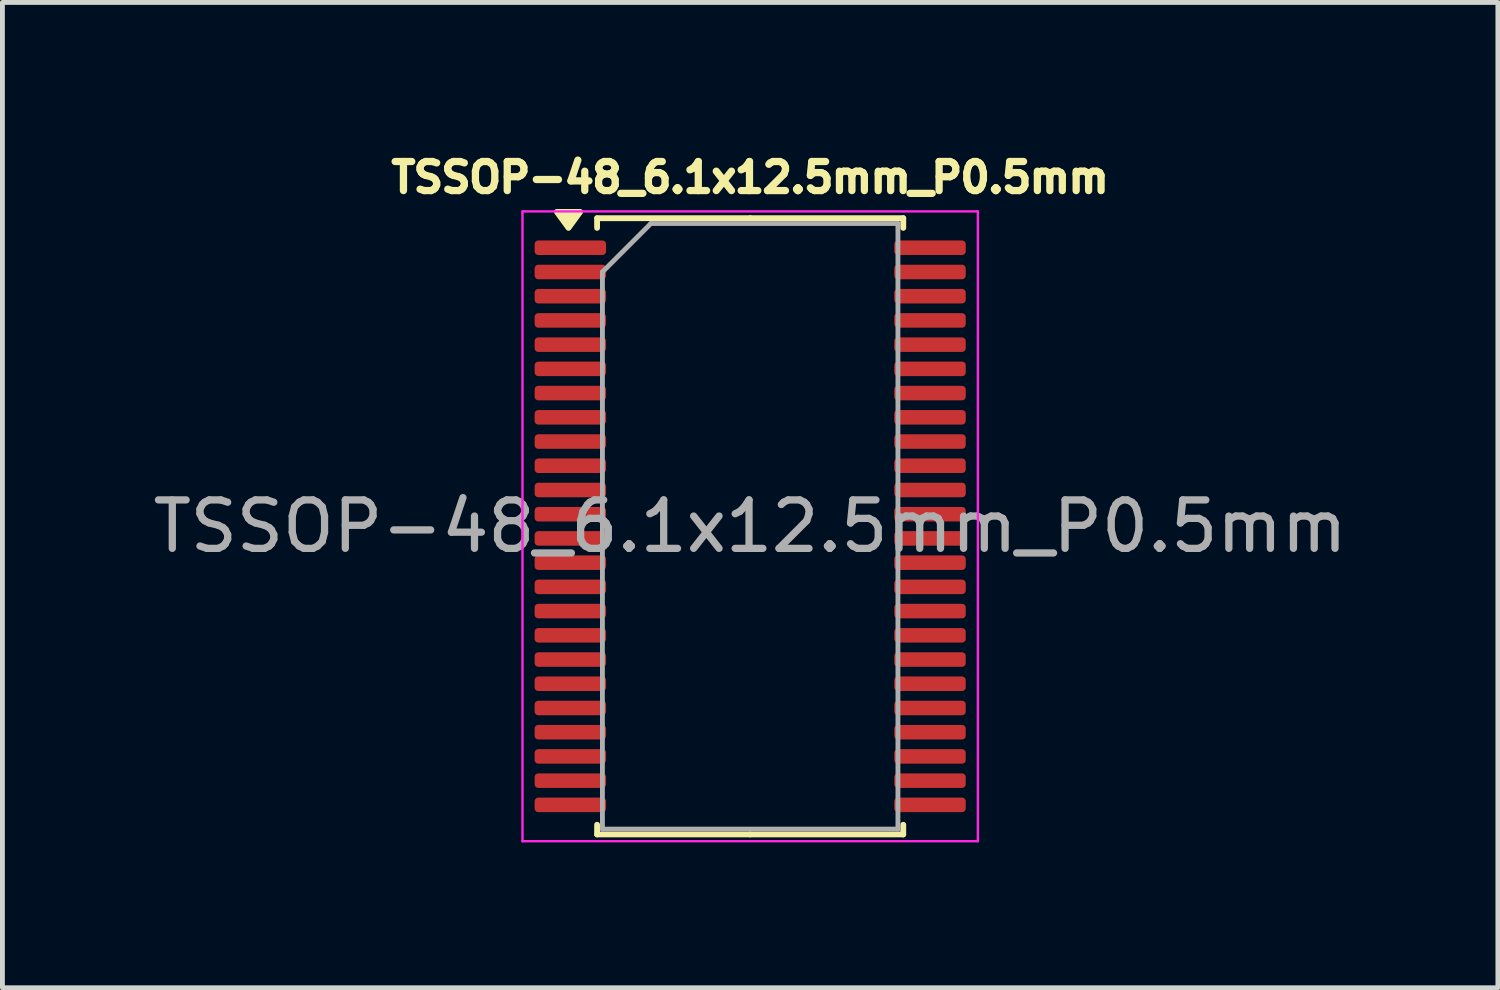
<source format=kicad_pcb>
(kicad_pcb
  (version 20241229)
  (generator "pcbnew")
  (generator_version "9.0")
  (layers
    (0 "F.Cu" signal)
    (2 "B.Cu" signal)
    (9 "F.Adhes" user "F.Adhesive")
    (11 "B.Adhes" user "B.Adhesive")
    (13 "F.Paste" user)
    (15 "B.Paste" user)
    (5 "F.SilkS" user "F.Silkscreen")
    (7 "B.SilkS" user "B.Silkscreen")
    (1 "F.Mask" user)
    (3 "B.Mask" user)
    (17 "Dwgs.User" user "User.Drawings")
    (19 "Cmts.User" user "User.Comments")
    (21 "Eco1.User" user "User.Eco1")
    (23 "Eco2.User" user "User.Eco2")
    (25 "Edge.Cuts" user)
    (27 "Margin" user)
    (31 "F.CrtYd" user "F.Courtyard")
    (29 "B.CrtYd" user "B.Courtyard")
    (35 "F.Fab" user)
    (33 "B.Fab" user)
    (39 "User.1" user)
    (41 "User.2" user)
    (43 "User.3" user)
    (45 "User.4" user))
  (footprint "TSSOP-48_6.1x12.5mm_P0.5mm"
    (layer "F.Cu")
    (at 12.435 7.814)
    (property "Reference" "TSSOP-48_6.1x12.5mm_P0.5mm" (at 0 -7.2 180) (layer "F.SilkS") (effects (font (size 0.6 0.6) (thickness 0.15))))
    (attr smd)
    (fp_line (start -3.16 -6.36) (end -3.16 -6.16) (stroke (width 0.12) (type solid)) (layer "F.SilkS"))
    (fp_line (start -3.16 6.36) (end -3.16 6.16) (stroke (width 0.12) (type solid)) (layer "F.SilkS"))
    (fp_line (start 0 -6.36) (end -3.16 -6.36) (stroke (width 0.12) (type solid)) (layer "F.SilkS"))
    (fp_line (start 0 -6.36) (end 3.16 -6.36) (stroke (width 0.12) (type solid)) (layer "F.SilkS"))
    (fp_line (start 0 6.36) (end -3.16 6.36) (stroke (width 0.12) (type solid)) (layer "F.SilkS"))
    (fp_line (start 0 6.36) (end 3.16 6.36) (stroke (width 0.12) (type solid)) (layer "F.SilkS"))
    (fp_line (start 3.16 -6.36) (end 3.16 -6.16) (stroke (width 0.12) (type solid)) (layer "F.SilkS"))
    (fp_line (start 3.16 6.36) (end 3.16 6.16) (stroke (width 0.12) (type solid)) (layer "F.SilkS"))
    (fp_poly (pts (xy -3.75 -6.16) (xy -3.99 -6.49) (xy -3.51 -6.49) (xy -3.75 -6.16)) (stroke (width 0.12) (type solid)) (fill yes) (layer "F.SilkS"))
    (fp_line (start -4.7 -6.5) (end -4.7 6.5) (stroke (width 0.05) (type solid)) (layer "F.CrtYd"))
    (fp_line (start -4.7 6.5) (end 4.7 6.5) (stroke (width 0.05) (type solid)) (layer "F.CrtYd"))
    (fp_line (start 4.7 -6.5) (end -4.7 -6.5) (stroke (width 0.05) (type solid)) (layer "F.CrtYd"))
    (fp_line (start 4.7 6.5) (end 4.7 -6.5) (stroke (width 0.05) (type solid)) (layer "F.CrtYd"))
    (fp_line (start -3.05 -5.25) (end -2.05 -6.25) (stroke (width 0.1) (type solid)) (layer "F.Fab"))
    (fp_line (start -3.05 6.25) (end -3.05 -5.25) (stroke (width 0.1) (type solid)) (layer "F.Fab"))
    (fp_line (start -2.05 -6.25) (end 3.05 -6.25) (stroke (width 0.1) (type solid)) (layer "F.Fab"))
    (fp_line (start 3.05 -6.25) (end 3.05 6.25) (stroke (width 0.1) (type solid)) (layer "F.Fab"))
    (fp_line (start 3.05 6.25) (end -3.05 6.25) (stroke (width 0.1) (type solid)) (layer "F.Fab"))
    (fp_text user "${REFERENCE}" (at 0 0 180) (layer "F.Fab") (effects (font (size 1 1) (thickness 0.15))))
    (pad "1" smd roundrect (at -3.712 -5.75) (size 1.475 0.3) (layers "F.Cu" "F.Mask" "F.Paste") (roundrect_rratio 0.25))
    (pad "2" smd roundrect (at -3.712 -5.25) (size 1.475 0.3) (layers "F.Cu" "F.Mask" "F.Paste") (roundrect_rratio 0.25))
    (pad "3" smd roundrect (at -3.712 -4.75) (size 1.475 0.3) (layers "F.Cu" "F.Mask" "F.Paste") (roundrect_rratio 0.25))
    (pad "4" smd roundrect (at -3.712 -4.25) (size 1.475 0.3) (layers "F.Cu" "F.Mask" "F.Paste") (roundrect_rratio 0.25))
    (pad "5" smd roundrect (at -3.712 -3.75) (size 1.475 0.3) (layers "F.Cu" "F.Mask" "F.Paste") (roundrect_rratio 0.25))
    (pad "6" smd roundrect (at -3.712 -3.25) (size 1.475 0.3) (layers "F.Cu" "F.Mask" "F.Paste") (roundrect_rratio 0.25))
    (pad "7" smd roundrect (at -3.712 -2.75) (size 1.475 0.3) (layers "F.Cu" "F.Mask" "F.Paste") (roundrect_rratio 0.25))
    (pad "8" smd roundrect (at -3.712 -2.25) (size 1.475 0.3) (layers "F.Cu" "F.Mask" "F.Paste") (roundrect_rratio 0.25))
    (pad "9" smd roundrect (at -3.712 -1.75) (size 1.475 0.3) (layers "F.Cu" "F.Mask" "F.Paste") (roundrect_rratio 0.25))
    (pad "10" smd roundrect (at -3.712 -1.25) (size 1.475 0.3) (layers "F.Cu" "F.Mask" "F.Paste") (roundrect_rratio 0.25))
    (pad "11" smd roundrect (at -3.712 -0.75) (size 1.475 0.3) (layers "F.Cu" "F.Mask" "F.Paste") (roundrect_rratio 0.25))
    (pad "12" smd roundrect (at -3.712 -0.25) (size 1.475 0.3) (layers "F.Cu" "F.Mask" "F.Paste") (roundrect_rratio 0.25))
    (pad "13" smd roundrect (at -3.712 0.25) (size 1.475 0.3) (layers "F.Cu" "F.Mask" "F.Paste") (roundrect_rratio 0.25))
    (pad "14" smd roundrect (at -3.712 0.75) (size 1.475 0.3) (layers "F.Cu" "F.Mask" "F.Paste") (roundrect_rratio 0.25))
    (pad "15" smd roundrect (at -3.712 1.25) (size 1.475 0.3) (layers "F.Cu" "F.Mask" "F.Paste") (roundrect_rratio 0.25))
    (pad "16" smd roundrect (at -3.712 1.75) (size 1.475 0.3) (layers "F.Cu" "F.Mask" "F.Paste") (roundrect_rratio 0.25))
    (pad "17" smd roundrect (at -3.712 2.25) (size 1.475 0.3) (layers "F.Cu" "F.Mask" "F.Paste") (roundrect_rratio 0.25))
    (pad "18" smd roundrect (at -3.712 2.75) (size 1.475 0.3) (layers "F.Cu" "F.Mask" "F.Paste") (roundrect_rratio 0.25))
    (pad "19" smd roundrect (at -3.712 3.25) (size 1.475 0.3) (layers "F.Cu" "F.Mask" "F.Paste") (roundrect_rratio 0.25))
    (pad "20" smd roundrect (at -3.712 3.75) (size 1.475 0.3) (layers "F.Cu" "F.Mask" "F.Paste") (roundrect_rratio 0.25))
    (pad "21" smd roundrect (at -3.712 4.25) (size 1.475 0.3) (layers "F.Cu" "F.Mask" "F.Paste") (roundrect_rratio 0.25))
    (pad "22" smd roundrect (at -3.712 4.75) (size 1.475 0.3) (layers "F.Cu" "F.Mask" "F.Paste") (roundrect_rratio 0.25))
    (pad "23" smd roundrect (at -3.712 5.25) (size 1.475 0.3) (layers "F.Cu" "F.Mask" "F.Paste") (roundrect_rratio 0.25))
    (pad "24" smd roundrect (at -3.712 5.75) (size 1.475 0.3) (layers "F.Cu" "F.Mask" "F.Paste") (roundrect_rratio 0.25))
    (pad "25" smd roundrect (at 3.712 5.75) (size 1.475 0.3) (layers "F.Cu" "F.Mask" "F.Paste") (roundrect_rratio 0.25))
    (pad "26" smd roundrect (at 3.712 5.25) (size 1.475 0.3) (layers "F.Cu" "F.Mask" "F.Paste") (roundrect_rratio 0.25))
    (pad "27" smd roundrect (at 3.712 4.75) (size 1.475 0.3) (layers "F.Cu" "F.Mask" "F.Paste") (roundrect_rratio 0.25))
    (pad "28" smd roundrect (at 3.712 4.25) (size 1.475 0.3) (layers "F.Cu" "F.Mask" "F.Paste") (roundrect_rratio 0.25))
    (pad "29" smd roundrect (at 3.712 3.75) (size 1.475 0.3) (layers "F.Cu" "F.Mask" "F.Paste") (roundrect_rratio 0.25))
    (pad "30" smd roundrect (at 3.712 3.25) (size 1.475 0.3) (layers "F.Cu" "F.Mask" "F.Paste") (roundrect_rratio 0.25))
    (pad "31" smd roundrect (at 3.712 2.75) (size 1.475 0.3) (layers "F.Cu" "F.Mask" "F.Paste") (roundrect_rratio 0.25))
    (pad "32" smd roundrect (at 3.712 2.25) (size 1.475 0.3) (layers "F.Cu" "F.Mask" "F.Paste") (roundrect_rratio 0.25))
    (pad "33" smd roundrect (at 3.712 1.75) (size 1.475 0.3) (layers "F.Cu" "F.Mask" "F.Paste") (roundrect_rratio 0.25))
    (pad "34" smd roundrect (at 3.712 1.25) (size 1.475 0.3) (layers "F.Cu" "F.Mask" "F.Paste") (roundrect_rratio 0.25))
    (pad "35" smd roundrect (at 3.712 0.75) (size 1.475 0.3) (layers "F.Cu" "F.Mask" "F.Paste") (roundrect_rratio 0.25))
    (pad "36" smd roundrect (at 3.712 0.25) (size 1.475 0.3) (layers "F.Cu" "F.Mask" "F.Paste") (roundrect_rratio 0.25))
    (pad "37" smd roundrect (at 3.712 -0.25) (size 1.475 0.3) (layers "F.Cu" "F.Mask" "F.Paste") (roundrect_rratio 0.25))
    (pad "38" smd roundrect (at 3.712 -0.75) (size 1.475 0.3) (layers "F.Cu" "F.Mask" "F.Paste") (roundrect_rratio 0.25))
    (pad "39" smd roundrect (at 3.712 -1.25) (size 1.475 0.3) (layers "F.Cu" "F.Mask" "F.Paste") (roundrect_rratio 0.25))
    (pad "40" smd roundrect (at 3.712 -1.75) (size 1.475 0.3) (layers "F.Cu" "F.Mask" "F.Paste") (roundrect_rratio 0.25))
    (pad "41" smd roundrect (at 3.712 -2.25) (size 1.475 0.3) (layers "F.Cu" "F.Mask" "F.Paste") (roundrect_rratio 0.25))
    (pad "42" smd roundrect (at 3.712 -2.75) (size 1.475 0.3) (layers "F.Cu" "F.Mask" "F.Paste") (roundrect_rratio 0.25))
    (pad "43" smd roundrect (at 3.712 -3.25) (size 1.475 0.3) (layers "F.Cu" "F.Mask" "F.Paste") (roundrect_rratio 0.25))
    (pad "44" smd roundrect (at 3.712 -3.75) (size 1.475 0.3) (layers "F.Cu" "F.Mask" "F.Paste") (roundrect_rratio 0.25))
    (pad "45" smd roundrect (at 3.712 -4.25) (size 1.475 0.3) (layers "F.Cu" "F.Mask" "F.Paste") (roundrect_rratio 0.25))
    (pad "46" smd roundrect (at 3.712 -4.75) (size 1.475 0.3) (layers "F.Cu" "F.Mask" "F.Paste") (roundrect_rratio 0.25))
    (pad "47" smd roundrect (at 3.712 -5.25) (size 1.475 0.3) (layers "F.Cu" "F.Mask" "F.Paste") (roundrect_rratio 0.25))
    (pad "48" smd roundrect (at 3.712 -5.75) (size 1.475 0.3) (layers "F.Cu" "F.Mask" "F.Paste") (roundrect_rratio 0.25)))
  (gr_rect
    (start -3 -3)
    (end 27.869 17.339)
    (stroke (width 0.1) (type default))
    (fill no)
    (layer "Edge.Cuts")))
</source>
